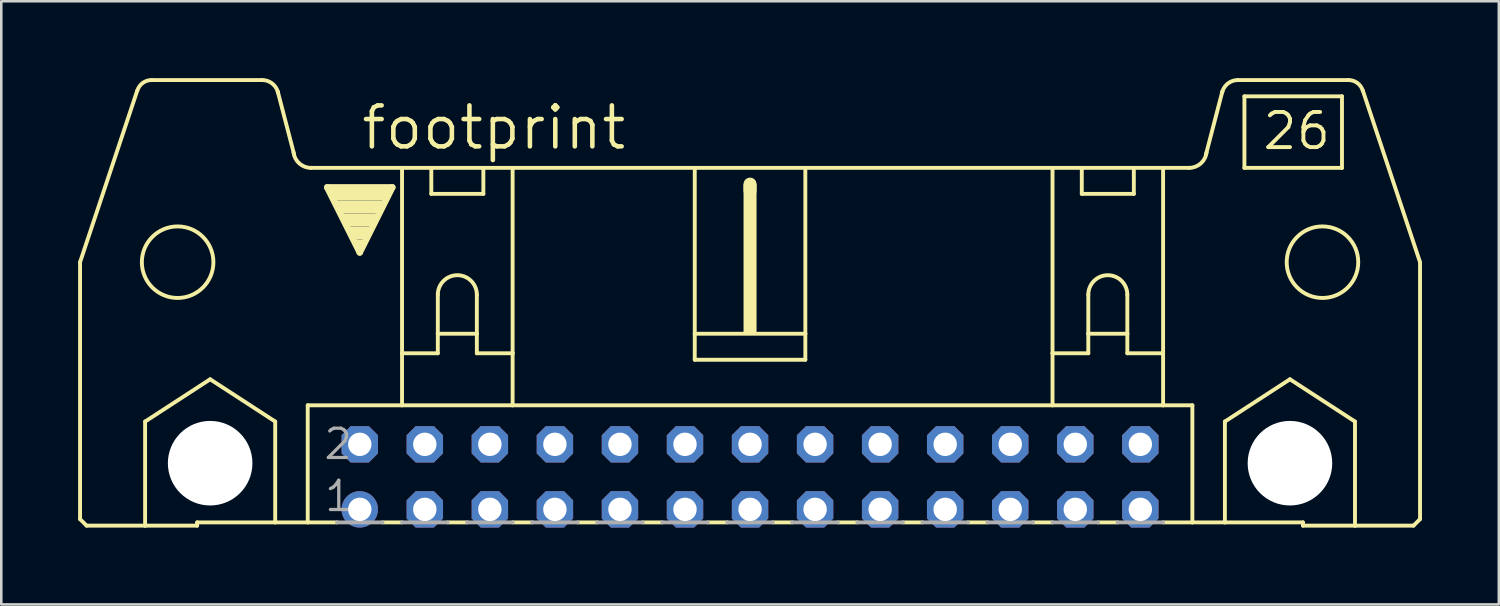
<source format=kicad_pcb>
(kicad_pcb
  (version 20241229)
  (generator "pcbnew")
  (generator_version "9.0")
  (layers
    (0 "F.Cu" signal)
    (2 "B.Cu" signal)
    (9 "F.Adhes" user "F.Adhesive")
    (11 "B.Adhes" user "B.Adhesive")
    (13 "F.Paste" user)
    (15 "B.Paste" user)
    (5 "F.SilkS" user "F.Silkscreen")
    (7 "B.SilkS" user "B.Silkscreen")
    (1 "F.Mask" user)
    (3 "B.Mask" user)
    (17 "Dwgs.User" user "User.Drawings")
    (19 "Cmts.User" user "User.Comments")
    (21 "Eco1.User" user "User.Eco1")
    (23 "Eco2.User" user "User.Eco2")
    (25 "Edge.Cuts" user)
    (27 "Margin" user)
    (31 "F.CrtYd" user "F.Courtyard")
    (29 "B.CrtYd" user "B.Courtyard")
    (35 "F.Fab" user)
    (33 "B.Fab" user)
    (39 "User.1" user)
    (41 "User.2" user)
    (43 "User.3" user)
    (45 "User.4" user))
  (footprint "footprint"
    (layer "F.Cu")
    (at 26.238 15.57)
    (property "Reference" "footprint" (at -15.265 -12.7 0) (layer "F.SilkS") (effects (font (size 1.6 1.6) (thickness 0.178)) (justify left bottom)))
    (fp_line (start -26.162 1.651) (end -26.162 -8.382) (stroke (width 0.152) (type solid)) (layer "F.SilkS"))
    (fp_line (start -26.162 1.651) (end -25.908 1.905) (stroke (width 0.152) (type solid)) (layer "F.SilkS"))
    (fp_line (start -25.908 1.905) (end -23.622 1.905) (stroke (width 0.152) (type solid)) (layer "F.SilkS"))
    (fp_line (start -23.927 -15.088) (end -26.162 -8.382) (stroke (width 0.152) (type solid)) (layer "F.SilkS"))
    (fp_line (start -23.622 -2.159) (end -21.082 -3.81) (stroke (width 0.152) (type solid)) (layer "F.SilkS"))
    (fp_line (start -23.622 1.905) (end -23.622 -2.159) (stroke (width 0.152) (type solid)) (layer "F.SilkS"))
    (fp_line (start -23.622 1.905) (end -21.59 1.905) (stroke (width 0.152) (type solid)) (layer "F.SilkS"))
    (fp_line (start -21.59 1.778) (end -21.59 1.905) (stroke (width 0.152) (type solid)) (layer "F.SilkS"))
    (fp_line (start -21.59 1.778) (end -18.542 1.778) (stroke (width 0.152) (type solid)) (layer "F.SilkS"))
    (fp_line (start -21.082 -3.81) (end -18.542 -2.159) (stroke (width 0.152) (type solid)) (layer "F.SilkS"))
    (fp_line (start -19.05 -15.494) (end -23.368 -15.494) (stroke (width 0.152) (type solid)) (layer "F.SilkS"))
    (fp_line (start -18.542 1.778) (end -18.542 -2.159) (stroke (width 0.152) (type solid)) (layer "F.SilkS"))
    (fp_line (start -18.542 1.778) (end -17.272 1.778) (stroke (width 0.152) (type solid)) (layer "F.SilkS"))
    (fp_line (start -17.805 -12.598) (end -18.44 -15.037) (stroke (width 0.152) (type solid)) (layer "F.SilkS"))
    (fp_line (start -17.272 -2.794) (end -17.272 1.778) (stroke (width 0.152) (type solid)) (layer "F.SilkS"))
    (fp_line (start -17.272 1.778) (end -16.129 1.778) (stroke (width 0.152) (type solid)) (layer "F.SilkS"))
    (fp_line (start -17.145 -12.065) (end -13.589 -12.065) (stroke (width 0.152) (type solid)) (layer "F.SilkS"))
    (fp_line (start -16.51 -11.303) (end -13.97 -11.303) (stroke (width 0.254) (type solid)) (layer "F.SilkS"))
    (fp_line (start -15.24 -8.763) (end -16.51 -11.303) (stroke (width 0.254) (type solid)) (layer "F.SilkS"))
    (fp_line (start -14.351 1.778) (end -13.589 1.778) (stroke (width 0.152) (type solid)) (layer "F.SilkS"))
    (fp_line (start -13.97 -11.303) (end -15.24 -8.763) (stroke (width 0.254) (type solid)) (layer "F.SilkS"))
    (fp_line (start -13.589 -12.065) (end -12.446 -12.065) (stroke (width 0.152) (type solid)) (layer "F.SilkS"))
    (fp_line (start -13.589 -4.826) (end -13.589 -12.065) (stroke (width 0.152) (type solid)) (layer "F.SilkS"))
    (fp_line (start -13.589 -4.826) (end -13.589 -2.794) (stroke (width 0.152) (type solid)) (layer "F.SilkS"))
    (fp_line (start -13.589 -4.826) (end -12.192 -4.826) (stroke (width 0.152) (type solid)) (layer "F.SilkS"))
    (fp_line (start -13.589 -2.794) (end -17.272 -2.794) (stroke (width 0.152) (type solid)) (layer "F.SilkS"))
    (fp_line (start -12.446 -12.065) (end -10.414 -12.065) (stroke (width 0.152) (type solid)) (layer "F.SilkS"))
    (fp_line (start -12.446 -11.049) (end -12.446 -12.065) (stroke (width 0.152) (type solid)) (layer "F.SilkS"))
    (fp_line (start -12.446 -11.049) (end -10.414 -11.049) (stroke (width 0.152) (type solid)) (layer "F.SilkS"))
    (fp_line (start -12.192 -7.112) (end -12.192 -5.588) (stroke (width 0.152) (type solid)) (layer "F.SilkS"))
    (fp_line (start -12.192 -5.588) (end -12.192 -4.826) (stroke (width 0.152) (type solid)) (layer "F.SilkS"))
    (fp_line (start -12.192 -5.588) (end -10.668 -5.588) (stroke (width 0.152) (type solid)) (layer "F.SilkS"))
    (fp_line (start -11.811 1.778) (end -11.049 1.778) (stroke (width 0.152) (type solid)) (layer "F.SilkS"))
    (fp_line (start -10.668 -7.112) (end -10.668 -5.588) (stroke (width 0.152) (type solid)) (layer "F.SilkS"))
    (fp_line (start -10.668 -5.588) (end -10.668 -4.826) (stroke (width 0.152) (type solid)) (layer "F.SilkS"))
    (fp_line (start -10.668 -4.826) (end -9.271 -4.826) (stroke (width 0.152) (type solid)) (layer "F.SilkS"))
    (fp_line (start -10.414 -12.065) (end -10.414 -11.049) (stroke (width 0.152) (type solid)) (layer "F.SilkS"))
    (fp_line (start -10.414 -12.065) (end -9.271 -12.065) (stroke (width 0.152) (type solid)) (layer "F.SilkS"))
    (fp_line (start -9.271 -12.065) (end -2.159 -12.065) (stroke (width 0.152) (type solid)) (layer "F.SilkS"))
    (fp_line (start -9.271 -4.826) (end -9.271 -12.065) (stroke (width 0.152) (type solid)) (layer "F.SilkS"))
    (fp_line (start -9.271 -4.826) (end -9.271 -2.794) (stroke (width 0.152) (type solid)) (layer "F.SilkS"))
    (fp_line (start -9.271 -2.794) (end -13.589 -2.794) (stroke (width 0.152) (type solid)) (layer "F.SilkS"))
    (fp_line (start -9.271 1.778) (end -8.509 1.778) (stroke (width 0.152) (type solid)) (layer "F.SilkS"))
    (fp_line (start -6.731 1.778) (end -5.969 1.778) (stroke (width 0.152) (type solid)) (layer "F.SilkS"))
    (fp_line (start -4.191 1.778) (end -3.429 1.778) (stroke (width 0.152) (type solid)) (layer "F.SilkS"))
    (fp_line (start -2.159 -12.065) (end -2.159 -5.588) (stroke (width 0.152) (type solid)) (layer "F.SilkS"))
    (fp_line (start -2.159 -12.065) (end 2.159 -12.065) (stroke (width 0.152) (type solid)) (layer "F.SilkS"))
    (fp_line (start -2.159 -5.588) (end -2.159 -4.572) (stroke (width 0.152) (type solid)) (layer "F.SilkS"))
    (fp_line (start -1.651 1.778) (end -0.889 1.778) (stroke (width 0.152) (type solid)) (layer "F.SilkS"))
    (fp_line (start 0 -11.176) (end 0 -11.43) (stroke (width 0.508) (type solid)) (layer "F.SilkS"))
    (fp_line (start 0.889 1.778) (end 1.651 1.778) (stroke (width 0.152) (type solid)) (layer "F.SilkS"))
    (fp_line (start 2.159 -12.065) (end 2.159 -5.588) (stroke (width 0.152) (type solid)) (layer "F.SilkS"))
    (fp_line (start 2.159 -12.065) (end 11.811 -12.065) (stroke (width 0.152) (type solid)) (layer "F.SilkS"))
    (fp_line (start 2.159 -5.588) (end -2.159 -5.588) (stroke (width 0.152) (type solid)) (layer "F.SilkS"))
    (fp_line (start 2.159 -5.588) (end 2.159 -4.572) (stroke (width 0.152) (type solid)) (layer "F.SilkS"))
    (fp_line (start 2.159 -4.572) (end -2.159 -4.572) (stroke (width 0.152) (type solid)) (layer "F.SilkS"))
    (fp_line (start 3.429 1.778) (end 4.191 1.778) (stroke (width 0.152) (type solid)) (layer "F.SilkS"))
    (fp_line (start 5.969 1.778) (end 6.731 1.778) (stroke (width 0.152) (type solid)) (layer "F.SilkS"))
    (fp_line (start 8.509 1.778) (end 9.271 1.778) (stroke (width 0.152) (type solid)) (layer "F.SilkS"))
    (fp_line (start 11.049 1.778) (end 11.811 1.778) (stroke (width 0.152) (type solid)) (layer "F.SilkS"))
    (fp_line (start 11.811 -12.065) (end 17.145 -12.065) (stroke (width 0.152) (type solid)) (layer "F.SilkS"))
    (fp_line (start 11.811 -4.826) (end 11.811 -12.065) (stroke (width 0.152) (type solid)) (layer "F.SilkS"))
    (fp_line (start 11.811 -4.826) (end 11.811 -2.794) (stroke (width 0.152) (type solid)) (layer "F.SilkS"))
    (fp_line (start 11.811 -4.826) (end 13.208 -4.826) (stroke (width 0.152) (type solid)) (layer "F.SilkS"))
    (fp_line (start 11.811 -2.794) (end -9.271 -2.794) (stroke (width 0.152) (type solid)) (layer "F.SilkS"))
    (fp_line (start 12.954 -11.049) (end 12.954 -12.065) (stroke (width 0.152) (type solid)) (layer "F.SilkS"))
    (fp_line (start 12.954 -11.049) (end 14.986 -11.049) (stroke (width 0.152) (type solid)) (layer "F.SilkS"))
    (fp_line (start 13.208 -7.112) (end 13.208 -5.588) (stroke (width 0.152) (type solid)) (layer "F.SilkS"))
    (fp_line (start 13.208 -5.588) (end 13.208 -4.826) (stroke (width 0.152) (type solid)) (layer "F.SilkS"))
    (fp_line (start 13.208 -5.588) (end 14.732 -5.588) (stroke (width 0.152) (type solid)) (layer "F.SilkS"))
    (fp_line (start 13.589 1.778) (end 14.351 1.778) (stroke (width 0.152) (type solid)) (layer "F.SilkS"))
    (fp_line (start 14.732 -7.112) (end 14.732 -5.588) (stroke (width 0.152) (type solid)) (layer "F.SilkS"))
    (fp_line (start 14.732 -5.588) (end 14.732 -4.826) (stroke (width 0.152) (type solid)) (layer "F.SilkS"))
    (fp_line (start 14.732 -4.826) (end 16.129 -4.826) (stroke (width 0.152) (type solid)) (layer "F.SilkS"))
    (fp_line (start 14.986 -12.065) (end 14.986 -11.049) (stroke (width 0.152) (type solid)) (layer "F.SilkS"))
    (fp_line (start 16.129 -4.826) (end 16.129 -12.065) (stroke (width 0.152) (type solid)) (layer "F.SilkS"))
    (fp_line (start 16.129 -4.826) (end 16.129 -2.794) (stroke (width 0.152) (type solid)) (layer "F.SilkS"))
    (fp_line (start 16.129 -2.794) (end 11.811 -2.794) (stroke (width 0.152) (type solid)) (layer "F.SilkS"))
    (fp_line (start 17.272 -2.794) (end 16.129 -2.794) (stroke (width 0.152) (type solid)) (layer "F.SilkS"))
    (fp_line (start 17.272 -2.794) (end 17.272 1.778) (stroke (width 0.152) (type solid)) (layer "F.SilkS"))
    (fp_line (start 17.272 1.778) (end 16.129 1.778) (stroke (width 0.152) (type solid)) (layer "F.SilkS"))
    (fp_line (start 17.805 -12.598) (end 18.44 -15.037) (stroke (width 0.152) (type solid)) (layer "F.SilkS"))
    (fp_line (start 18.542 -2.159) (end 21.082 -3.81) (stroke (width 0.152) (type solid)) (layer "F.SilkS"))
    (fp_line (start 18.542 1.778) (end 17.272 1.778) (stroke (width 0.152) (type solid)) (layer "F.SilkS"))
    (fp_line (start 18.542 1.778) (end 18.542 -2.159) (stroke (width 0.152) (type solid)) (layer "F.SilkS"))
    (fp_line (start 19.05 -15.494) (end 23.368 -15.494) (stroke (width 0.152) (type solid)) (layer "F.SilkS"))
    (fp_line (start 19.304 -14.859) (end 19.304 -12.065) (stroke (width 0.152) (type solid)) (layer "F.SilkS"))
    (fp_line (start 19.304 -12.065) (end 23.114 -12.065) (stroke (width 0.152) (type solid)) (layer "F.SilkS"))
    (fp_line (start 21.082 -3.81) (end 23.622 -2.159) (stroke (width 0.152) (type solid)) (layer "F.SilkS"))
    (fp_line (start 21.59 1.778) (end 18.542 1.778) (stroke (width 0.152) (type solid)) (layer "F.SilkS"))
    (fp_line (start 21.59 1.778) (end 21.59 1.905) (stroke (width 0.152) (type solid)) (layer "F.SilkS"))
    (fp_line (start 23.114 -14.859) (end 19.304 -14.859) (stroke (width 0.152) (type solid)) (layer "F.SilkS"))
    (fp_line (start 23.114 -14.859) (end 23.114 -12.065) (stroke (width 0.152) (type solid)) (layer "F.SilkS"))
    (fp_line (start 23.622 1.905) (end 21.59 1.905) (stroke (width 0.152) (type solid)) (layer "F.SilkS"))
    (fp_line (start 23.622 1.905) (end 23.622 -2.159) (stroke (width 0.152) (type solid)) (layer "F.SilkS"))
    (fp_line (start 23.927 -15.088) (end 26.162 -8.382) (stroke (width 0.152) (type solid)) (layer "F.SilkS"))
    (fp_line (start 25.908 1.905) (end 23.622 1.905) (stroke (width 0.152) (type solid)) (layer "F.SilkS"))
    (fp_line (start 26.162 1.651) (end 25.908 1.905) (stroke (width 0.152) (type solid)) (layer "F.SilkS"))
    (fp_line (start 26.162 1.651) (end 26.162 -8.382) (stroke (width 0.152) (type solid)) (layer "F.SilkS"))
    (fp_arc (start -23.9244 -15.0878) (mid -23.712453 -15.38168) (end -23.367999 -15.494101) (stroke (width 0.1524) (type solid)) (layer "F.SilkS"))
    (fp_arc (start -19.05 -15.494) (mid -18.668999 -15.367) (end -18.440399 -15.036799) (stroke (width 0.1524) (type solid)) (layer "F.SilkS"))
    (fp_arc (start -18.4404 -15.0368) (mid -18.437084 -15.024931) (end -18.434 -15.013) (stroke (width 0.1524) (type solid)) (layer "F.SilkS"))
    (fp_arc (start -17.144999 -12.064999) (mid -17.596774 -12.234823) (end -17.8248 -12.6602) (stroke (width 0.1524) (type solid)) (layer "F.SilkS"))
    (fp_arc (start -12.192 -7.112) (mid -11.43 -7.874) (end -10.668 -7.112) (stroke (width 0.1524) (type solid)) (layer "F.SilkS"))
    (fp_arc (start 13.208 -7.112) (mid 13.97 -7.874) (end 14.732 -7.112) (stroke (width 0.1524) (type solid)) (layer "F.SilkS"))
    (fp_arc (start 17.824799 -12.660201) (mid 17.596774 -12.234825) (end 17.145 -12.065) (stroke (width 0.1524) (type solid)) (layer "F.SilkS"))
    (fp_arc (start 18.434 -15.013) (mid 18.437084 -15.024931) (end 18.4404 -15.0368) (stroke (width 0.1524) (type solid)) (layer "F.SilkS"))
    (fp_arc (start 18.4404 -15.0368) (mid 18.669001 -15.367) (end 19.050001 -15.493999) (stroke (width 0.1524) (type solid)) (layer "F.SilkS"))
    (fp_arc (start 23.368 -15.494) (mid 23.712385 -15.381609) (end 23.9243 -15.087799) (stroke (width 0.1524) (type solid)) (layer "F.SilkS"))
    (fp_circle (center -22.352 -8.382) (end -20.955 -8.382) (stroke (width 0.152) (type solid)) (fill no) (layer "F.SilkS"))
    (fp_circle (center -21.082 -0.533) (end -19.761 -0.533) (stroke (width 0.152) (type solid)) (fill no) (layer "F.SilkS"))
    (fp_circle (center 21.082 -0.533) (end 22.403 -0.533) (stroke (width 0.152) (type solid)) (fill no) (layer "F.SilkS"))
    (fp_circle (center 22.352 -8.382) (end 23.749 -8.382) (stroke (width 0.152) (type solid)) (fill no) (layer "F.SilkS"))
    (fp_poly (pts (xy -16.383 -10.795) (xy -14.097 -10.795) (xy -14.097 -11.303) (xy -16.383 -11.303)) (stroke (width 0) (type solid)) (fill yes) (layer "F.SilkS"))
    (fp_poly (pts (xy -16.129 -10.287) (xy -14.351 -10.287) (xy -14.351 -10.795) (xy -16.129 -10.795)) (stroke (width 0) (type solid)) (fill yes) (layer "F.SilkS"))
    (fp_poly (pts (xy -15.875 -9.779) (xy -14.605 -9.779) (xy -14.605 -10.287) (xy -15.875 -10.287)) (stroke (width 0) (type solid)) (fill yes) (layer "F.SilkS"))
    (fp_poly (pts (xy -15.621 -9.271) (xy -14.859 -9.271) (xy -14.859 -9.779) (xy -15.621 -9.779)) (stroke (width 0) (type solid)) (fill yes) (layer "F.SilkS"))
    (fp_poly (pts (xy -15.367 -9.017) (xy -15.113 -9.017) (xy -15.113 -9.271) (xy -15.367 -9.271)) (stroke (width 0) (type solid)) (fill yes) (layer "F.SilkS"))
    (fp_poly (pts (xy -0.254 -5.588) (xy 0.254 -5.588) (xy 0.254 -11.43) (xy -0.254 -11.43)) (stroke (width 0) (type solid)) (fill yes) (layer "F.SilkS"))
    (fp_line (start -16.129 1.778) (end -14.351 1.778) (stroke (width 0.152) (type solid)) (layer "F.Fab"))
    (fp_line (start -13.589 1.778) (end -11.811 1.778) (stroke (width 0.152) (type solid)) (layer "F.Fab"))
    (fp_line (start -11.049 1.778) (end -9.271 1.778) (stroke (width 0.152) (type solid)) (layer "F.Fab"))
    (fp_line (start -8.509 1.778) (end -6.731 1.778) (stroke (width 0.152) (type solid)) (layer "F.Fab"))
    (fp_line (start -4.191 1.778) (end -5.969 1.778) (stroke (width 0.152) (type solid)) (layer "F.Fab"))
    (fp_line (start -1.651 1.778) (end -3.429 1.778) (stroke (width 0.152) (type solid)) (layer "F.Fab"))
    (fp_line (start 0.889 1.778) (end -0.889 1.778) (stroke (width 0.152) (type solid)) (layer "F.Fab"))
    (fp_line (start 3.429 1.778) (end 1.651 1.778) (stroke (width 0.152) (type solid)) (layer "F.Fab"))
    (fp_line (start 5.969 1.778) (end 4.191 1.778) (stroke (width 0.152) (type solid)) (layer "F.Fab"))
    (fp_line (start 8.509 1.778) (end 6.731 1.778) (stroke (width 0.152) (type solid)) (layer "F.Fab"))
    (fp_line (start 11.049 1.778) (end 9.271 1.778) (stroke (width 0.152) (type solid)) (layer "F.Fab"))
    (fp_line (start 13.589 1.778) (end 11.811 1.778) (stroke (width 0.152) (type solid)) (layer "F.Fab"))
    (fp_line (start 16.129 1.778) (end 14.351 1.778) (stroke (width 0.152) (type solid)) (layer "F.Fab"))
    (fp_text user "26" (at 19.939 -12.7 0) (layer "F.SilkS") (effects (font (size 1.372 1.372) (thickness 0.152)) (justify left bottom)))
    (fp_text user "1" (at -16.688 1.422 0) (layer "F.Fab") (effects (font (size 1.143 1.143) (thickness 0.127)) (justify left bottom)))
    (fp_text user "2" (at -16.713 -0.61 0) (layer "F.Fab") (effects (font (size 1.143 1.143) (thickness 0.127)) (justify left bottom)))
    (pad "" np_thru_hole circle (at -21.082 -0.533) (size 3.302 3.302) (drill 3.302) (layers "*.Cu" "*.Mask"))
    (pad "" np_thru_hole circle (at 21.082 -0.533) (size 3.302 3.302) (drill 3.302) (layers "*.Cu" "*.Mask"))
    (pad "1" thru_hole circle (at -15.24 1.27) (size 1.422 1.422) (drill 0.914) (layers "*.Cu" "*.Mask"))
    (pad "2" thru_hole roundrect (at -15.24 -1.27) (size 1.422 1.422) (drill 0.914) (layers "*.Cu" "*.Mask") (roundrect_rratio 0.25) (chamfer_ratio 0.25) (chamfer top_left top_right bottom_left bottom_right))
    (pad "3" thru_hole roundrect (at -12.7 1.27) (size 1.422 1.422) (drill 0.914) (layers "*.Cu" "*.Mask") (roundrect_rratio 0.25) (chamfer_ratio 0.25) (chamfer top_left top_right bottom_left bottom_right))
    (pad "4" thru_hole roundrect (at -12.7 -1.27) (size 1.422 1.422) (drill 0.914) (layers "*.Cu" "*.Mask") (roundrect_rratio 0.25) (chamfer_ratio 0.25) (chamfer top_left top_right bottom_left bottom_right))
    (pad "5" thru_hole roundrect (at -10.16 1.27) (size 1.422 1.422) (drill 0.914) (layers "*.Cu" "*.Mask") (roundrect_rratio 0.25) (chamfer_ratio 0.25) (chamfer top_left top_right bottom_left bottom_right))
    (pad "6" thru_hole roundrect (at -10.16 -1.27) (size 1.422 1.422) (drill 0.914) (layers "*.Cu" "*.Mask") (roundrect_rratio 0.25) (chamfer_ratio 0.25) (chamfer top_left top_right bottom_left bottom_right))
    (pad "7" thru_hole roundrect (at -7.62 1.27) (size 1.422 1.422) (drill 0.914) (layers "*.Cu" "*.Mask") (roundrect_rratio 0.25) (chamfer_ratio 0.25) (chamfer top_left top_right bottom_left bottom_right))
    (pad "8" thru_hole roundrect (at -7.62 -1.27) (size 1.422 1.422) (drill 0.914) (layers "*.Cu" "*.Mask") (roundrect_rratio 0.25) (chamfer_ratio 0.25) (chamfer top_left top_right bottom_left bottom_right))
    (pad "9" thru_hole roundrect (at -5.08 1.27) (size 1.422 1.422) (drill 0.914) (layers "*.Cu" "*.Mask") (roundrect_rratio 0.25) (chamfer_ratio 0.25) (chamfer top_left top_right bottom_left bottom_right))
    (pad "10" thru_hole roundrect (at -5.08 -1.27) (size 1.422 1.422) (drill 0.914) (layers "*.Cu" "*.Mask") (roundrect_rratio 0.25) (chamfer_ratio 0.25) (chamfer top_left top_right bottom_left bottom_right))
    (pad "11" thru_hole roundrect (at -2.54 1.27) (size 1.422 1.422) (drill 0.914) (layers "*.Cu" "*.Mask") (roundrect_rratio 0.25) (chamfer_ratio 0.25) (chamfer top_left top_right bottom_left bottom_right))
    (pad "12" thru_hole roundrect (at -2.54 -1.27) (size 1.422 1.422) (drill 0.914) (layers "*.Cu" "*.Mask") (roundrect_rratio 0.25) (chamfer_ratio 0.25) (chamfer top_left top_right bottom_left bottom_right))
    (pad "13" thru_hole roundrect (at 0 1.27) (size 1.422 1.422) (drill 0.914) (layers "*.Cu" "*.Mask") (roundrect_rratio 0.25) (chamfer_ratio 0.25) (chamfer top_left top_right bottom_left bottom_right))
    (pad "14" thru_hole roundrect (at 0 -1.27) (size 1.422 1.422) (drill 0.914) (layers "*.Cu" "*.Mask") (roundrect_rratio 0.25) (chamfer_ratio 0.25) (chamfer top_left top_right bottom_left bottom_right))
    (pad "15" thru_hole roundrect (at 2.54 1.27) (size 1.422 1.422) (drill 0.914) (layers "*.Cu" "*.Mask") (roundrect_rratio 0.25) (chamfer_ratio 0.25) (chamfer top_left top_right bottom_left bottom_right))
    (pad "16" thru_hole roundrect (at 2.54 -1.27) (size 1.422 1.422) (drill 0.914) (layers "*.Cu" "*.Mask") (roundrect_rratio 0.25) (chamfer_ratio 0.25) (chamfer top_left top_right bottom_left bottom_right))
    (pad "17" thru_hole roundrect (at 5.08 1.27) (size 1.422 1.422) (drill 0.914) (layers "*.Cu" "*.Mask") (roundrect_rratio 0.25) (chamfer_ratio 0.25) (chamfer top_left top_right bottom_left bottom_right))
    (pad "18" thru_hole roundrect (at 5.08 -1.27) (size 1.422 1.422) (drill 0.914) (layers "*.Cu" "*.Mask") (roundrect_rratio 0.25) (chamfer_ratio 0.25) (chamfer top_left top_right bottom_left bottom_right))
    (pad "19" thru_hole roundrect (at 7.62 1.27) (size 1.422 1.422) (drill 0.914) (layers "*.Cu" "*.Mask") (roundrect_rratio 0.25) (chamfer_ratio 0.25) (chamfer top_left top_right bottom_left bottom_right))
    (pad "20" thru_hole roundrect (at 7.62 -1.27) (size 1.422 1.422) (drill 0.914) (layers "*.Cu" "*.Mask") (roundrect_rratio 0.25) (chamfer_ratio 0.25) (chamfer top_left top_right bottom_left bottom_right))
    (pad "21" thru_hole roundrect (at 10.16 1.27) (size 1.422 1.422) (drill 0.914) (layers "*.Cu" "*.Mask") (roundrect_rratio 0.25) (chamfer_ratio 0.25) (chamfer top_left top_right bottom_left bottom_right))
    (pad "22" thru_hole roundrect (at 10.16 -1.27) (size 1.422 1.422) (drill 0.914) (layers "*.Cu" "*.Mask") (roundrect_rratio 0.25) (chamfer_ratio 0.25) (chamfer top_left top_right bottom_left bottom_right))
    (pad "23" thru_hole roundrect (at 12.7 1.27) (size 1.422 1.422) (drill 0.914) (layers "*.Cu" "*.Mask") (roundrect_rratio 0.25) (chamfer_ratio 0.25) (chamfer top_left top_right bottom_left bottom_right))
    (pad "24" thru_hole roundrect (at 12.7 -1.27) (size 1.422 1.422) (drill 0.914) (layers "*.Cu" "*.Mask") (roundrect_rratio 0.25) (chamfer_ratio 0.25) (chamfer top_left top_right bottom_left bottom_right))
    (pad "25" thru_hole roundrect (at 15.24 1.27) (size 1.422 1.422) (drill 0.914) (layers "*.Cu" "*.Mask") (roundrect_rratio 0.25) (chamfer_ratio 0.25) (chamfer top_left top_right bottom_left bottom_right))
    (pad "26" thru_hole roundrect (at 15.24 -1.27) (size 1.422 1.422) (drill 0.914) (layers "*.Cu" "*.Mask") (roundrect_rratio 0.25) (chamfer_ratio 0.25) (chamfer top_left top_right bottom_left bottom_right))
    (zone (net_name "") (layers "F.Cu" "B.Cu") (hatch edge 0.508) (connect_pads) (min_thickness 0.254) (filled_areas_thickness no) (keepout (tracks allowed) (vias not_allowed) (pads allowed) (copperpour allowed) (footprints allowed)) (placement (enabled no)) (fill) (polygon (pts (xy 7.442 15.037) (xy 7.407 14.64) (xy 7.304 14.255) (xy 7.136 13.894) (xy 6.907 13.567) (xy 6.626 13.286) (xy 6.299 13.057) (xy 5.938 12.889) (xy 5.553 12.786) (xy 5.156 12.751) (xy 4.759 12.786) (xy 4.374 12.889) (xy 4.013 13.057) (xy 3.687 13.286) (xy 3.405 13.567) (xy 3.176 13.894) (xy 3.008 14.255) (xy 2.905 14.64) (xy 2.87 15.037) (xy 2.905 15.434) (xy 3.008 15.819) (xy 3.176 16.18) (xy 3.405 16.506) (xy 3.687 16.788) (xy 4.013 17.017) (xy 4.374 17.185) (xy 4.759 17.288) (xy 5.156 17.323) (xy 5.553 17.288) (xy 5.938 17.185) (xy 6.299 17.017) (xy 6.626 16.788) (xy 6.907 16.506) (xy 7.136 16.18) (xy 7.304 15.819) (xy 7.407 15.434))))
    (zone (net_name "") (layers "F.Cu" "B.Cu") (hatch edge 0.508) (connect_pads) (min_thickness 0.254) (filled_areas_thickness no) (keepout (tracks allowed) (vias not_allowed) (pads allowed) (copperpour allowed) (footprints allowed)) (placement (enabled no)) (fill) (polygon (pts (xy 49.606 15.037) (xy 49.571 14.64) (xy 49.468 14.255) (xy 49.3 13.894) (xy 49.071 13.567) (xy 48.79 13.286) (xy 48.463 13.057) (xy 48.102 12.889) (xy 47.717 12.786) (xy 47.32 12.751) (xy 46.923 12.786) (xy 46.538 12.889) (xy 46.177 13.057) (xy 45.851 13.286) (xy 45.569 13.567) (xy 45.34 13.894) (xy 45.172 14.255) (xy 45.069 14.64) (xy 45.034 15.037) (xy 45.069 15.434) (xy 45.172 15.819) (xy 45.34 16.18) (xy 45.569 16.506) (xy 45.851 16.788) (xy 46.177 17.017) (xy 46.538 17.185) (xy 46.923 17.288) (xy 47.32 17.323) (xy 47.717 17.288) (xy 48.102 17.185) (xy 48.463 17.017) (xy 48.79 16.788) (xy 49.071 16.506) (xy 49.3 16.18) (xy 49.468 15.819) (xy 49.571 15.434))))
    (zone (net_name "") (layer "B.Cu") (hatch edge 0.508) (connect_pads) (min_thickness 0.254) (filled_areas_thickness no) (keepout (tracks not_allowed) (vias not_allowed) (pads not_allowed) (copperpour not_allowed) (footprints allowed)) (placement (enabled no)) (fill) (polygon (pts (xy 7.442 15.037) (xy 7.407 14.64) (xy 7.304 14.255) (xy 7.136 13.894) (xy 6.907 13.567) (xy 6.626 13.286) (xy 6.299 13.057) (xy 5.938 12.889) (xy 5.553 12.786) (xy 5.156 12.751) (xy 4.759 12.786) (xy 4.374 12.889) (xy 4.013 13.057) (xy 3.687 13.286) (xy 3.405 13.567) (xy 3.176 13.894) (xy 3.008 14.255) (xy 2.905 14.64) (xy 2.87 15.037) (xy 2.905 15.434) (xy 3.008 15.819) (xy 3.176 16.18) (xy 3.405 16.506) (xy 3.687 16.788) (xy 4.013 17.017) (xy 4.374 17.185) (xy 4.759 17.288) (xy 5.156 17.323) (xy 5.553 17.288) (xy 5.938 17.185) (xy 6.299 17.017) (xy 6.626 16.788) (xy 6.907 16.506) (xy 7.136 16.18) (xy 7.304 15.819) (xy 7.407 15.434))))
    (zone (net_name "") (layer "B.Cu") (hatch edge 0.508) (connect_pads) (min_thickness 0.254) (filled_areas_thickness no) (keepout (tracks not_allowed) (vias not_allowed) (pads not_allowed) (copperpour not_allowed) (footprints allowed)) (placement (enabled no)) (fill) (polygon (pts (xy 49.606 15.037) (xy 49.571 14.64) (xy 49.468 14.255) (xy 49.3 13.894) (xy 49.071 13.567) (xy 48.79 13.286) (xy 48.463 13.057) (xy 48.102 12.889) (xy 47.717 12.786) (xy 47.32 12.751) (xy 46.923 12.786) (xy 46.538 12.889) (xy 46.177 13.057) (xy 45.851 13.286) (xy 45.569 13.567) (xy 45.34 13.894) (xy 45.172 14.255) (xy 45.069 14.64) (xy 45.034 15.037) (xy 45.069 15.434) (xy 45.172 15.819) (xy 45.34 16.18) (xy 45.569 16.506) (xy 45.851 16.788) (xy 46.177 17.017) (xy 46.538 17.185) (xy 46.923 17.288) (xy 47.32 17.323) (xy 47.717 17.288) (xy 48.102 17.185) (xy 48.463 17.017) (xy 48.79 16.788) (xy 49.071 16.506) (xy 49.3 16.18) (xy 49.468 15.819) (xy 49.571 15.434)))))
  (gr_rect
    (start -3 -3)
    (end 55.476 20.552)
    (stroke (width 0.1) (type default))
    (fill no)
    (layer "Edge.Cuts")))
</source>
